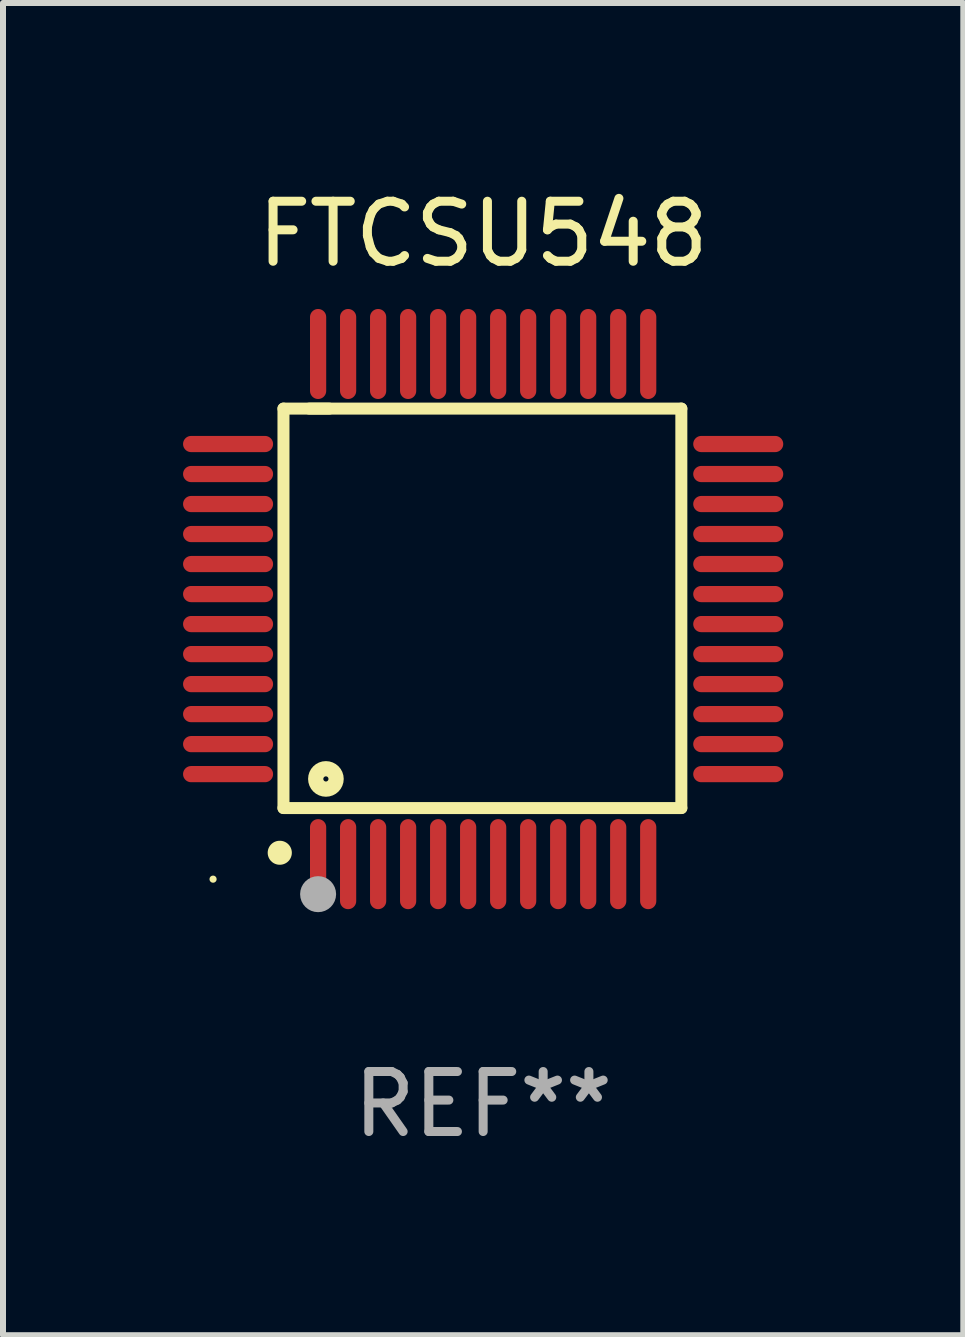
<source format=kicad_pcb>
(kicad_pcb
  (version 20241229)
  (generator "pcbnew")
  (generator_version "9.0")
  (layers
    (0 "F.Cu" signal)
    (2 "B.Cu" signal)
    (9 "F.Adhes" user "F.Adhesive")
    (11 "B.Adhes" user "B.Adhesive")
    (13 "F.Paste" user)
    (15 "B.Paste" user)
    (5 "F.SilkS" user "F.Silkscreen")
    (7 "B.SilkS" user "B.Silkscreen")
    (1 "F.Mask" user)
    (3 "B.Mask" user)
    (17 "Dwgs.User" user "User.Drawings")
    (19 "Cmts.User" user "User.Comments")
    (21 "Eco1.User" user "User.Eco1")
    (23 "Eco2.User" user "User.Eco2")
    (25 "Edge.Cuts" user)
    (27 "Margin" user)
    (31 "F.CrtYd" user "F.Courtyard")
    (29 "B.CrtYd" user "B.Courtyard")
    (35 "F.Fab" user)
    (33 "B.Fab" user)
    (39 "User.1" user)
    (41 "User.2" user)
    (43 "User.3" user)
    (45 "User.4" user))
  (footprint "FTCSU548"
    (layer "F.Cu")
    (at 5 7.098)
    (property "Reference" "FTCSU548" (at 0 -6.25 0) (layer "F.SilkS") (effects (font (size 1 1) (thickness 0.15))))
    (attr through_hole)
    (fp_line (start -3.327 -3.34) (end -2.565 -3.34) (stroke (width 0.2) (type solid)) (layer "F.SilkS"))
    (fp_line (start -3.327 3.315) (end -3.327 -3.34) (stroke (width 0.2) (type solid)) (layer "F.SilkS"))
    (fp_line (start -2.896 -3.34) (end 3.302 -3.34) (stroke (width 0.2) (type solid)) (layer "F.SilkS"))
    (fp_line (start 3.302 -3.34) (end 3.302 3.315) (stroke (width 0.2) (type solid)) (layer "F.SilkS"))
    (fp_line (start 3.302 3.315) (end -3.327 3.315) (stroke (width 0.2) (type solid)) (layer "F.SilkS"))
    (fp_arc (start -3.389992 4.059995) (mid -3.388722 4.059991) (end -3.387452 4.059995) (stroke (width 0.4) (type solid)) (layer "F.SilkS"))
    (fp_circle (center -4.5 4.5) (end -4.47 4.5) (stroke (width 0.06) (type solid)) (fill no) (layer "F.SilkS"))
    (fp_circle (center -2.62 2.83) (end -2.45 2.83) (stroke (width 0.254) (type solid)) (fill no) (layer "F.SilkS"))
    (fp_circle (center -2.75 4.75) (end -2.6 4.75) (stroke (width 0.3) (type solid)) (fill no) (layer "F.Fab"))
    (fp_text user "REF**" (at 0 8.25 0) (layer "F.Fab") (effects (font (size 1 1) (thickness 0.15))))
    (pad "1" smd oval (at -2.75 4.25) (size 0.27 1.5) (layers "F.Cu" "F.Mask" "F.Paste"))
    (pad "2" smd oval (at -2.25 4.25) (size 0.27 1.5) (layers "F.Cu" "F.Mask" "F.Paste"))
    (pad "3" smd oval (at -1.75 4.25) (size 0.27 1.5) (layers "F.Cu" "F.Mask" "F.Paste"))
    (pad "4" smd oval (at -1.25 4.25) (size 0.27 1.5) (layers "F.Cu" "F.Mask" "F.Paste"))
    (pad "5" smd oval (at -0.75 4.25) (size 0.27 1.5) (layers "F.Cu" "F.Mask" "F.Paste"))
    (pad "6" smd oval (at -0.25 4.25) (size 0.27 1.5) (layers "F.Cu" "F.Mask" "F.Paste"))
    (pad "7" smd oval (at 0.25 4.25) (size 0.27 1.5) (layers "F.Cu" "F.Mask" "F.Paste"))
    (pad "8" smd oval (at 0.75 4.25) (size 0.27 1.5) (layers "F.Cu" "F.Mask" "F.Paste"))
    (pad "9" smd oval (at 1.25 4.25) (size 0.27 1.5) (layers "F.Cu" "F.Mask" "F.Paste"))
    (pad "10" smd oval (at 1.75 4.25) (size 0.27 1.5) (layers "F.Cu" "F.Mask" "F.Paste"))
    (pad "11" smd oval (at 2.25 4.25) (size 0.27 1.5) (layers "F.Cu" "F.Mask" "F.Paste"))
    (pad "12" smd oval (at 2.75 4.25) (size 0.27 1.5) (layers "F.Cu" "F.Mask" "F.Paste"))
    (pad "13" smd oval (at 4.25 2.75) (size 1.5 0.27) (layers "F.Cu" "F.Mask" "F.Paste"))
    (pad "14" smd oval (at 4.25 2.25) (size 1.5 0.27) (layers "F.Cu" "F.Mask" "F.Paste"))
    (pad "15" smd oval (at 4.25 1.75) (size 1.5 0.27) (layers "F.Cu" "F.Mask" "F.Paste"))
    (pad "16" smd oval (at 4.25 1.25) (size 1.5 0.27) (layers "F.Cu" "F.Mask" "F.Paste"))
    (pad "17" smd oval (at 4.25 0.75) (size 1.5 0.27) (layers "F.Cu" "F.Mask" "F.Paste"))
    (pad "18" smd oval (at 4.25 0.25) (size 1.5 0.27) (layers "F.Cu" "F.Mask" "F.Paste"))
    (pad "19" smd oval (at 4.25 -0.25) (size 1.5 0.27) (layers "F.Cu" "F.Mask" "F.Paste"))
    (pad "20" smd oval (at 4.25 -0.75) (size 1.5 0.27) (layers "F.Cu" "F.Mask" "F.Paste"))
    (pad "21" smd oval (at 4.25 -1.25) (size 1.5 0.27) (layers "F.Cu" "F.Mask" "F.Paste"))
    (pad "22" smd oval (at 4.25 -1.75) (size 1.5 0.27) (layers "F.Cu" "F.Mask" "F.Paste"))
    (pad "23" smd oval (at 4.25 -2.25) (size 1.5 0.27) (layers "F.Cu" "F.Mask" "F.Paste"))
    (pad "24" smd oval (at 4.25 -2.75) (size 1.5 0.27) (layers "F.Cu" "F.Mask" "F.Paste"))
    (pad "25" smd oval (at 2.75 -4.25) (size 0.27 1.5) (layers "F.Cu" "F.Mask" "F.Paste"))
    (pad "26" smd oval (at 2.25 -4.25) (size 0.27 1.5) (layers "F.Cu" "F.Mask" "F.Paste"))
    (pad "27" smd oval (at 1.75 -4.25) (size 0.27 1.5) (layers "F.Cu" "F.Mask" "F.Paste"))
    (pad "28" smd oval (at 1.25 -4.25) (size 0.27 1.5) (layers "F.Cu" "F.Mask" "F.Paste"))
    (pad "29" smd oval (at 0.75 -4.25) (size 0.27 1.5) (layers "F.Cu" "F.Mask" "F.Paste"))
    (pad "30" smd oval (at 0.25 -4.25) (size 0.27 1.5) (layers "F.Cu" "F.Mask" "F.Paste"))
    (pad "31" smd oval (at -0.25 -4.25) (size 0.27 1.5) (layers "F.Cu" "F.Mask" "F.Paste"))
    (pad "32" smd oval (at -0.75 -4.25) (size 0.27 1.5) (layers "F.Cu" "F.Mask" "F.Paste"))
    (pad "33" smd oval (at -1.25 -4.25) (size 0.27 1.5) (layers "F.Cu" "F.Mask" "F.Paste"))
    (pad "34" smd oval (at -1.75 -4.25) (size 0.27 1.5) (layers "F.Cu" "F.Mask" "F.Paste"))
    (pad "35" smd oval (at -2.25 -4.25) (size 0.27 1.5) (layers "F.Cu" "F.Mask" "F.Paste"))
    (pad "36" smd oval (at -2.75 -4.25) (size 0.27 1.5) (layers "F.Cu" "F.Mask" "F.Paste"))
    (pad "37" smd oval (at -4.25 -2.75) (size 1.5 0.27) (layers "F.Cu" "F.Mask" "F.Paste"))
    (pad "38" smd oval (at -4.25 -2.25) (size 1.5 0.27) (layers "F.Cu" "F.Mask" "F.Paste"))
    (pad "39" smd oval (at -4.25 -1.75) (size 1.5 0.27) (layers "F.Cu" "F.Mask" "F.Paste"))
    (pad "40" smd oval (at -4.25 -1.25) (size 1.5 0.27) (layers "F.Cu" "F.Mask" "F.Paste"))
    (pad "41" smd oval (at -4.25 -0.75) (size 1.5 0.27) (layers "F.Cu" "F.Mask" "F.Paste"))
    (pad "42" smd oval (at -4.25 -0.25) (size 1.5 0.27) (layers "F.Cu" "F.Mask" "F.Paste"))
    (pad "43" smd oval (at -4.25 0.25) (size 1.5 0.27) (layers "F.Cu" "F.Mask" "F.Paste"))
    (pad "44" smd oval (at -4.25 0.75) (size 1.5 0.27) (layers "F.Cu" "F.Mask" "F.Paste"))
    (pad "45" smd oval (at -4.25 1.25) (size 1.5 0.27) (layers "F.Cu" "F.Mask" "F.Paste"))
    (pad "46" smd oval (at -4.25 1.75) (size 1.5 0.27) (layers "F.Cu" "F.Mask" "F.Paste"))
    (pad "47" smd oval (at -4.25 2.25) (size 1.5 0.27) (layers "F.Cu" "F.Mask" "F.Paste"))
    (pad "48" smd oval (at -4.25 2.75) (size 1.5 0.27) (layers "F.Cu" "F.Mask" "F.Paste")))
  (gr_rect
    (start -3 -3)
    (end 13 19.196)
    (stroke (width 0.1) (type default))
    (fill no)
    (layer "Edge.Cuts")))
</source>
